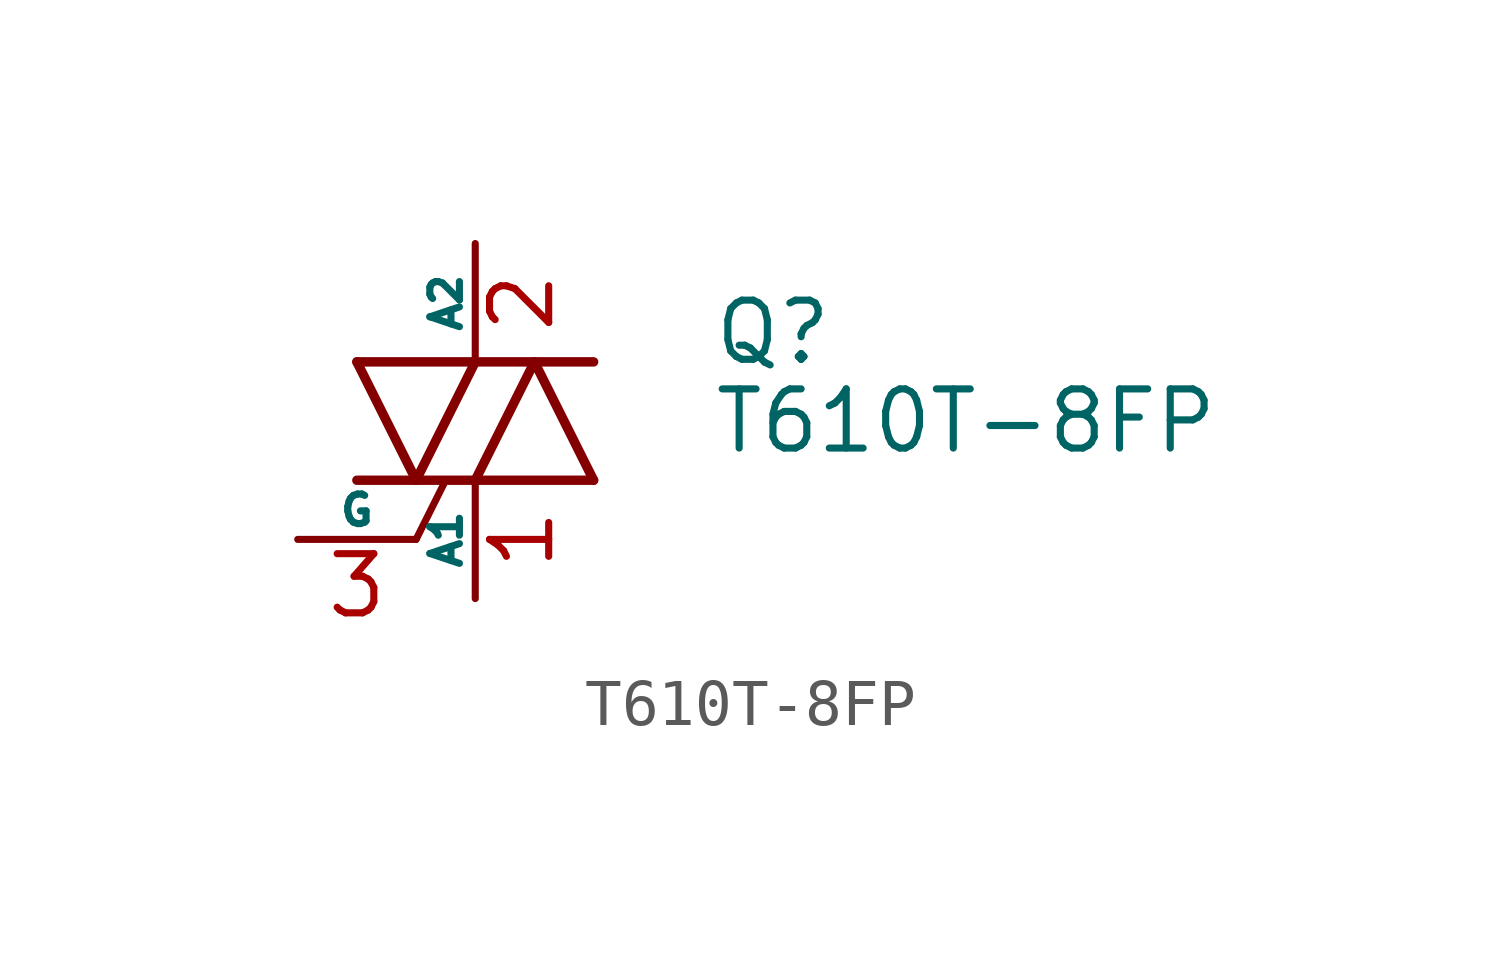
<source format=kicad_sym>
(kicad_symbol_lib
  (version 20211014)
  (generator kicad_symbol_editor)
  (symbol "T610T-8FP"
    (pin_names
      (offset 0))
    (property "Reference" "Q"
      (at 5.08 1.905 0)
      (effects (font (size 1.27 1.27)) (justify left)))
    (property "Value" "T610T-8FP"
      (at 5.08 0 0)
      (effects (font (size 1.27 1.27)) (justify left)))
    (symbol "T610T-8FP_0_1"
      (polyline (pts (xy -2.54 -1.27) (xy 2.54 -1.27)) (stroke (width 0.203) (type default) (color 0 0 0 0)) (fill (type none)))
      (polyline (pts (xy -2.54 1.27) (xy 2.54 1.27)) (stroke (width 0.203) (type default) (color 0 0 0 0)) (fill (type none)))
      (polyline (pts (xy -1.27 -2.54) (xy -0.635 -1.27)) (stroke (width 0) (type default) (color 0 0 0 0)) (fill (type none)))
      (polyline (pts (xy -2.54 1.27) (xy -1.27 -1.27) (xy 0 1.27)) (stroke (width 0.203) (type default) (color 0 0 0 0)) (fill (type none)))
      (polyline (pts (xy 0 -1.27) (xy 1.27 1.27) (xy 2.54 -1.27)) (stroke (width 0.203) (type default) (color 0 0 0 0)) (fill (type none))))
    (symbol "T610T-8FP_1_1"
      (pin passive line (at 0 -3.81 90) (length 2.54) (name "A1" (effects (font (size 0.635 0.635)))) (number "1" (effects (font (size 1.27 1.27)))))
      (pin passive line (at 0 3.81 270) (length 2.54) (name "A2" (effects (font (size 0.635 0.635)))) (number "2" (effects (font (size 1.27 1.27)))))
      (pin input line (at -3.81 -2.54 0) (length 2.54) (name "G" (effects (font (size 0.635 0.635)))) (number "3" (effects (font (size 1.27 1.27))))))))
</source>
